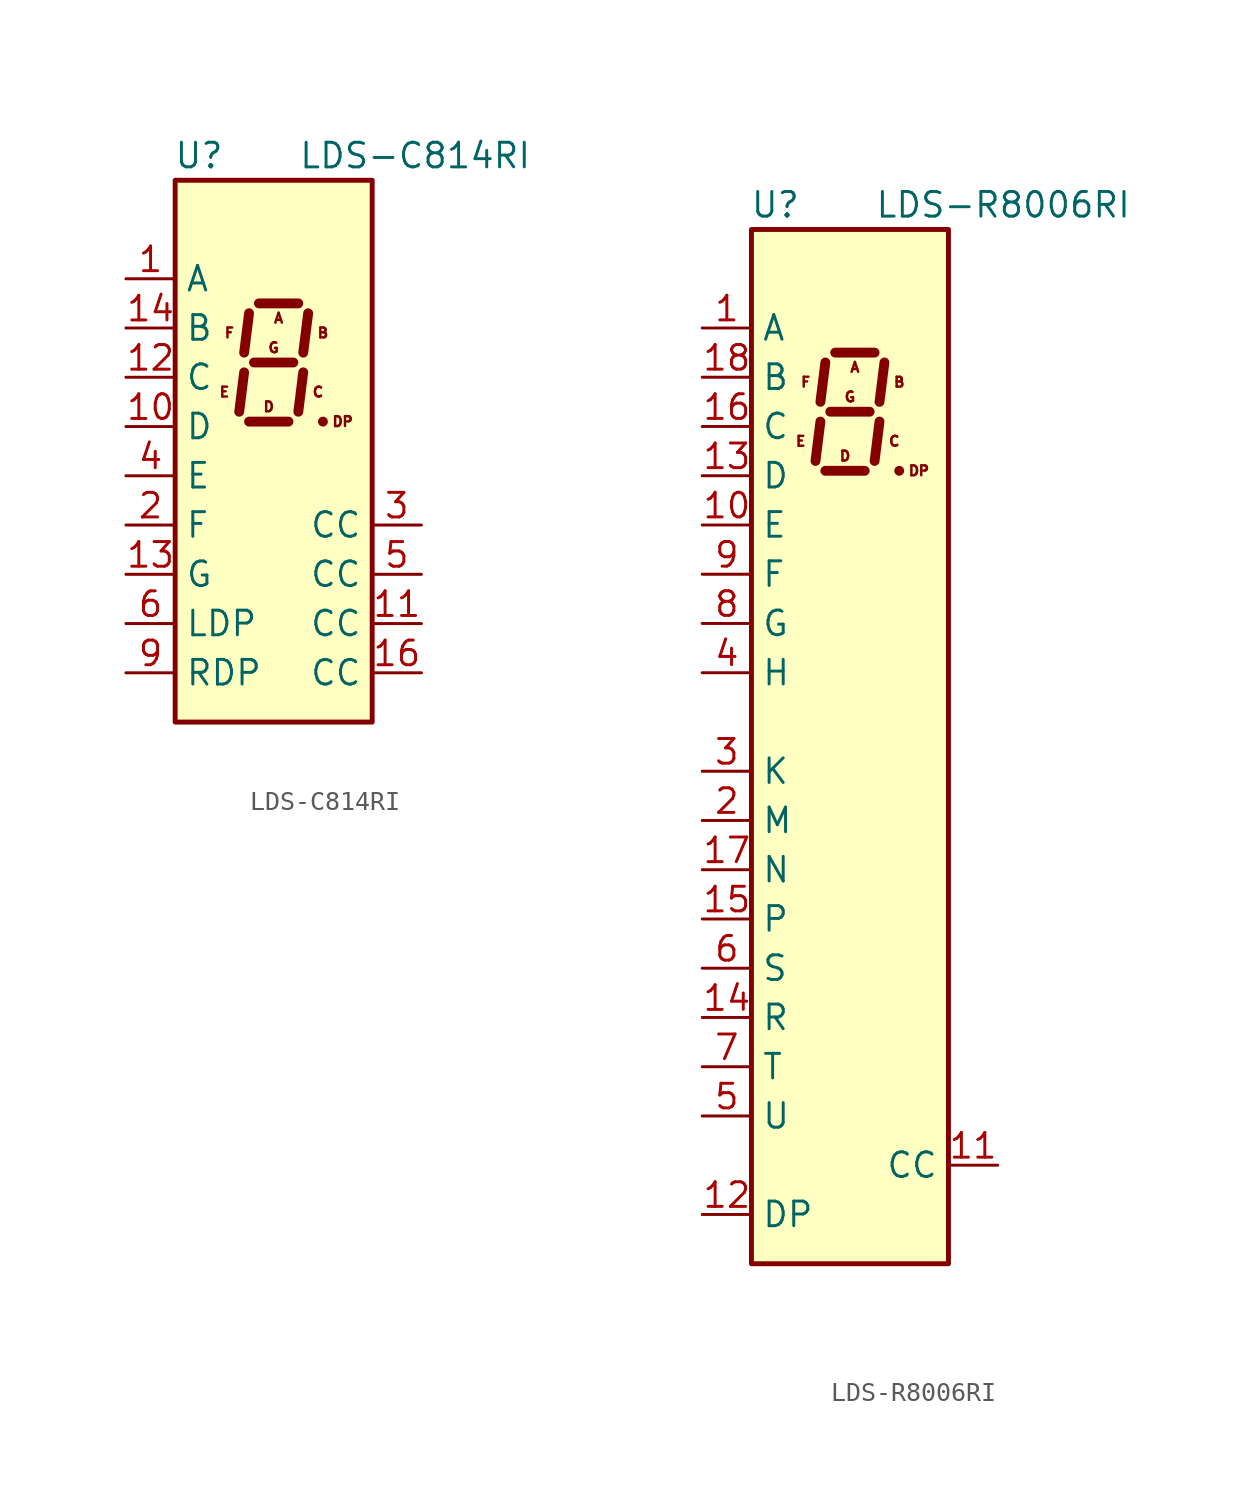
<source format=kicad_sym>
(kicad_symbol_lib
  (version 20211014)
  (generator kicad_symbol_editor)
  (symbol "LDS-C814RI"
    (property "Reference" "U"
      (at -2.54 13.97 0)
      (effects (font (size 1.27 1.27)) (justify right)))
    (property "Value" "LDS-C814RI"
      (at 1.27 13.97 0)
      (effects (font (size 1.27 1.27)) (justify left)))
    (symbol "LDS-C814RI_0_0"
      (text "A" (at 0.254 5.588 0) (effects (font (size 0.508 0.508))))
      (text "B" (at 2.54 4.826 0) (effects (font (size 0.508 0.508))))
      (text "C" (at 2.286 1.778 0) (effects (font (size 0.508 0.508))))
      (text "D" (at -0.254 1.016 0) (effects (font (size 0.508 0.508))))
      (text "DP" (at 3.556 0.254 0) (effects (font (size 0.508 0.508))))
      (text "E" (at -2.54 1.778 0) (effects (font (size 0.508 0.508))))
      (text "F" (at -2.286 4.826 0) (effects (font (size 0.508 0.508))))
      (text "G" (at 0 4.064 0) (effects (font (size 0.508 0.508)))))
    (symbol "LDS-C814RI_0_1"
      (rectangle (start -5.08 12.7) (end 5.08 -15.24) (stroke (width 0.254) (type default) (color 0 0 0 0)) (fill (type background)))
      (polyline (pts (xy -1.524 2.794) (xy -1.778 0.762)) (stroke (width 0.508) (type default) (color 0 0 0 0)) (fill (type none)))
      (polyline (pts (xy -1.27 0.254) (xy 0.762 0.254)) (stroke (width 0.508) (type default) (color 0 0 0 0)) (fill (type none)))
      (polyline (pts (xy -1.27 5.842) (xy -1.524 3.81)) (stroke (width 0.508) (type default) (color 0 0 0 0)) (fill (type none)))
      (polyline (pts (xy -1.016 3.302) (xy 1.016 3.302)) (stroke (width 0.508) (type default) (color 0 0 0 0)) (fill (type none)))
      (polyline (pts (xy -0.762 6.35) (xy 1.27 6.35)) (stroke (width 0.508) (type default) (color 0 0 0 0)) (fill (type none)))
      (polyline (pts (xy 1.524 2.794) (xy 1.27 0.762)) (stroke (width 0.508) (type default) (color 0 0 0 0)) (fill (type none)))
      (polyline (pts (xy 1.778 5.842) (xy 1.524 3.81)) (stroke (width 0.508) (type default) (color 0 0 0 0)) (fill (type none)))
      (polyline (pts (xy 2.54 0.254) (xy 2.54 0.254)) (stroke (width 0.508) (type default) (color 0 0 0 0)) (fill (type none))))
    (symbol "LDS-C814RI_1_1"
      (pin input line (at -7.62 7.62 0) (length 2.54) (name "A" (effects (font (size 1.27 1.27)))) (number "1" (effects (font (size 1.27 1.27)))))
      (pin input line (at -7.62 0 0) (length 2.54) (name "D" (effects (font (size 1.27 1.27)))) (number "10" (effects (font (size 1.27 1.27)))))
      (pin input line (at 7.62 -10.16 180) (length 2.54) (name "CC" (effects (font (size 1.27 1.27)))) (number "11" (effects (font (size 1.27 1.27)))))
      (pin input line (at -7.62 2.54 0) (length 2.54) (name "C" (effects (font (size 1.27 1.27)))) (number "12" (effects (font (size 1.27 1.27)))))
      (pin input line (at -7.62 -7.62 0) (length 2.54) (name "G" (effects (font (size 1.27 1.27)))) (number "13" (effects (font (size 1.27 1.27)))))
      (pin input line (at -7.62 5.08 0) (length 2.54) (name "B" (effects (font (size 1.27 1.27)))) (number "14" (effects (font (size 1.27 1.27)))))
      (pin input line (at 7.62 -12.7 180) (length 2.54) (name "CC" (effects (font (size 1.27 1.27)))) (number "16" (effects (font (size 1.27 1.27)))))
      (pin input line (at -7.62 -5.08 0) (length 2.54) (name "F" (effects (font (size 1.27 1.27)))) (number "2" (effects (font (size 1.27 1.27)))))
      (pin input line (at 7.62 -5.08 180) (length 2.54) (name "CC" (effects (font (size 1.27 1.27)))) (number "3" (effects (font (size 1.27 1.27)))))
      (pin input line (at -7.62 -2.54 0) (length 2.54) (name "E" (effects (font (size 1.27 1.27)))) (number "4" (effects (font (size 1.27 1.27)))))
      (pin input line (at 7.62 -7.62 180) (length 2.54) (name "CC" (effects (font (size 1.27 1.27)))) (number "5" (effects (font (size 1.27 1.27)))))
      (pin input line (at -7.62 -10.16 0) (length 2.54) (name "LDP" (effects (font (size 1.27 1.27)))) (number "6" (effects (font (size 1.27 1.27)))))
      (pin input line (at -7.62 -12.7 0) (length 2.54) (name "RDP" (effects (font (size 1.27 1.27)))) (number "9" (effects (font (size 1.27 1.27)))))))
  (symbol "LDS-R8006RI"
    (property "Reference" "U"
      (at -2.54 13.97 0)
      (effects (font (size 1.27 1.27)) (justify right)))
    (property "Value" "LDS-R8006RI"
      (at 1.27 13.97 0)
      (effects (font (size 1.27 1.27)) (justify left)))
    (symbol "LDS-R8006RI_0_0"
      (text "A" (at 0.254 5.588 0) (effects (font (size 0.508 0.508))))
      (text "B" (at 2.54 4.826 0) (effects (font (size 0.508 0.508))))
      (text "C" (at 2.286 1.778 0) (effects (font (size 0.508 0.508))))
      (text "D" (at -0.254 1.016 0) (effects (font (size 0.508 0.508))))
      (text "DP" (at 3.556 0.254 0) (effects (font (size 0.508 0.508))))
      (text "E" (at -2.54 1.778 0) (effects (font (size 0.508 0.508))))
      (text "F" (at -2.286 4.826 0) (effects (font (size 0.508 0.508))))
      (text "G" (at 0 4.064 0) (effects (font (size 0.508 0.508)))))
    (symbol "LDS-R8006RI_0_1"
      (rectangle (start -5.08 12.7) (end 5.08 -40.64) (stroke (width 0.254) (type default) (color 0 0 0 0)) (fill (type background)))
      (polyline (pts (xy -1.524 2.794) (xy -1.778 0.762)) (stroke (width 0.508) (type default) (color 0 0 0 0)) (fill (type none)))
      (polyline (pts (xy -1.27 0.254) (xy 0.762 0.254)) (stroke (width 0.508) (type default) (color 0 0 0 0)) (fill (type none)))
      (polyline (pts (xy -1.27 5.842) (xy -1.524 3.81)) (stroke (width 0.508) (type default) (color 0 0 0 0)) (fill (type none)))
      (polyline (pts (xy -1.016 3.302) (xy 1.016 3.302)) (stroke (width 0.508) (type default) (color 0 0 0 0)) (fill (type none)))
      (polyline (pts (xy -0.762 6.35) (xy 1.27 6.35)) (stroke (width 0.508) (type default) (color 0 0 0 0)) (fill (type none)))
      (polyline (pts (xy 1.524 2.794) (xy 1.27 0.762)) (stroke (width 0.508) (type default) (color 0 0 0 0)) (fill (type none)))
      (polyline (pts (xy 1.778 5.842) (xy 1.524 3.81)) (stroke (width 0.508) (type default) (color 0 0 0 0)) (fill (type none)))
      (polyline (pts (xy 2.54 0.254) (xy 2.54 0.254)) (stroke (width 0.508) (type default) (color 0 0 0 0)) (fill (type none))))
    (symbol "LDS-R8006RI_1_1"
      (pin input line (at -7.62 7.62 0) (length 2.54) (name "A" (effects (font (size 1.27 1.27)))) (number "1" (effects (font (size 1.27 1.27)))))
      (pin input line (at -7.62 -2.54 0) (length 2.54) (name "E" (effects (font (size 1.27 1.27)))) (number "10" (effects (font (size 1.27 1.27)))))
      (pin input line (at 7.62 -35.56 180) (length 2.54) (name "CC" (effects (font (size 1.27 1.27)))) (number "11" (effects (font (size 1.27 1.27)))))
      (pin input line (at -7.62 -38.1 0) (length 2.54) (name "DP" (effects (font (size 1.27 1.27)))) (number "12" (effects (font (size 1.27 1.27)))))
      (pin input line (at -7.62 0 0) (length 2.54) (name "D" (effects (font (size 1.27 1.27)))) (number "13" (effects (font (size 1.27 1.27)))))
      (pin input line (at -7.62 -27.94 0) (length 2.54) (name "R" (effects (font (size 1.27 1.27)))) (number "14" (effects (font (size 1.27 1.27)))))
      (pin input line (at -7.62 -22.86 0) (length 2.54) (name "P" (effects (font (size 1.27 1.27)))) (number "15" (effects (font (size 1.27 1.27)))))
      (pin input line (at -7.62 2.54 0) (length 2.54) (name "C" (effects (font (size 1.27 1.27)))) (number "16" (effects (font (size 1.27 1.27)))))
      (pin input line (at -7.62 -20.32 0) (length 2.54) (name "N" (effects (font (size 1.27 1.27)))) (number "17" (effects (font (size 1.27 1.27)))))
      (pin input line (at -7.62 5.08 0) (length 2.54) (name "B" (effects (font (size 1.27 1.27)))) (number "18" (effects (font (size 1.27 1.27)))))
      (pin input line (at -7.62 -17.78 0) (length 2.54) (name "M" (effects (font (size 1.27 1.27)))) (number "2" (effects (font (size 1.27 1.27)))))
      (pin input line (at -7.62 -15.24 0) (length 2.54) (name "K" (effects (font (size 1.27 1.27)))) (number "3" (effects (font (size 1.27 1.27)))))
      (pin input line (at -7.62 -10.16 0) (length 2.54) (name "H" (effects (font (size 1.27 1.27)))) (number "4" (effects (font (size 1.27 1.27)))))
      (pin input line (at -7.62 -33.02 0) (length 2.54) (name "U" (effects (font (size 1.27 1.27)))) (number "5" (effects (font (size 1.27 1.27)))))
      (pin input line (at -7.62 -25.4 0) (length 2.54) (name "S" (effects (font (size 1.27 1.27)))) (number "6" (effects (font (size 1.27 1.27)))))
      (pin input line (at -7.62 -30.48 0) (length 2.54) (name "T" (effects (font (size 1.27 1.27)))) (number "7" (effects (font (size 1.27 1.27)))))
      (pin input line (at -7.62 -7.62 0) (length 2.54) (name "G" (effects (font (size 1.27 1.27)))) (number "8" (effects (font (size 1.27 1.27)))))
      (pin input line (at -7.62 -5.08 0) (length 2.54) (name "F" (effects (font (size 1.27 1.27)))) (number "9" (effects (font (size 1.27 1.27))))))))
</source>
